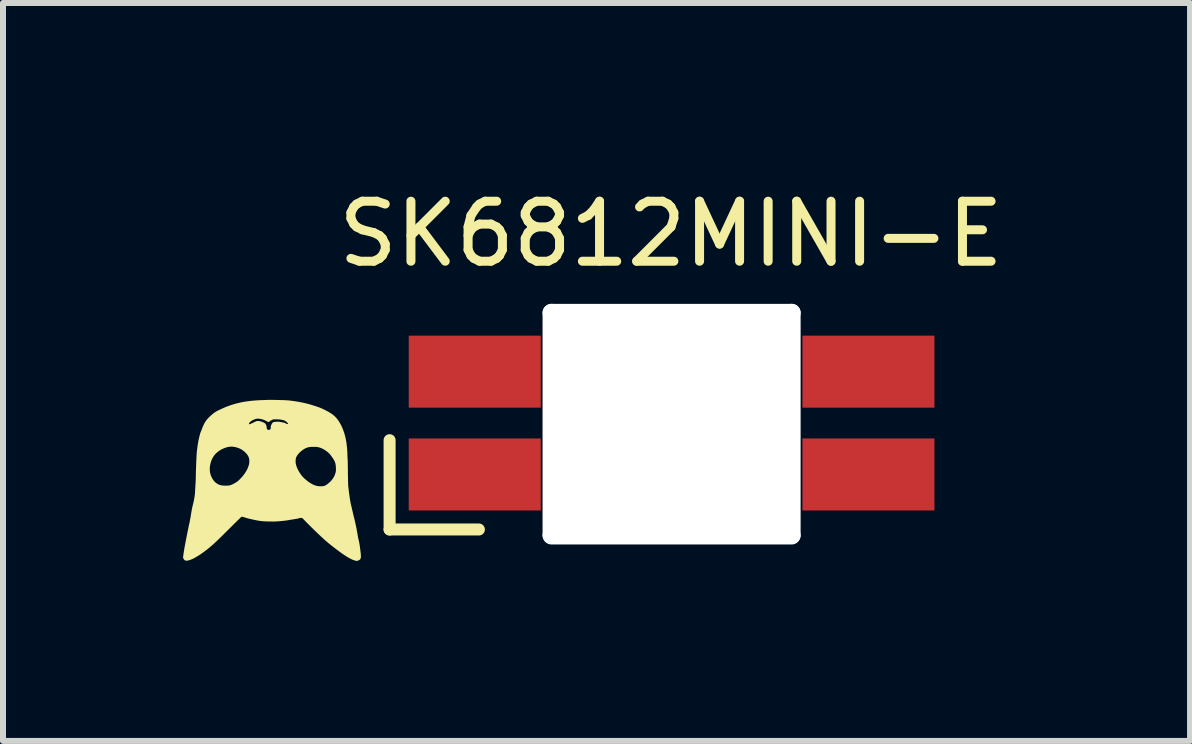
<source format=kicad_pcb>
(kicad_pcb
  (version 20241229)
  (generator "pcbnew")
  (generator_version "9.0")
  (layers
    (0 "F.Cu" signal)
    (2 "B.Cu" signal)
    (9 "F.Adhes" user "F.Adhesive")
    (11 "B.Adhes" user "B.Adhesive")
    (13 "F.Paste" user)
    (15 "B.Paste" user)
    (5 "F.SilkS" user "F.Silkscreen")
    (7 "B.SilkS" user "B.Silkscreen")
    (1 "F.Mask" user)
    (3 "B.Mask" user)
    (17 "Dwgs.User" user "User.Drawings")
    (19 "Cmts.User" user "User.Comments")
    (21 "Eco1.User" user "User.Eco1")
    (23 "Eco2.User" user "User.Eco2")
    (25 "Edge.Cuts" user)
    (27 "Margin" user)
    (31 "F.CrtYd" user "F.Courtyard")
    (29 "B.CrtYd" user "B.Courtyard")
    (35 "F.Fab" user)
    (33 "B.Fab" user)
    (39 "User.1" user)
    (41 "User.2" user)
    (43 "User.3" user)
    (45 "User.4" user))
  (footprint "SK6812MINI-E"
    (layer "F.Cu")
    (at 8.141 4.013)
    (property "Reference" "SK6812MINI-E" (at -0.01 -3.165 0) (layer "F.SilkS") (effects (font (size 1 1) (thickness 0.15))))
    (attr through_hole)
    (fp_line (start -4.699 0.272) (end -4.699 1.76) (stroke (width 0.2) (type solid)) (layer "F.SilkS"))
    (fp_line (start -4.699 1.76) (end -3.211 1.76) (stroke (width 0.2) (type solid)) (layer "F.SilkS"))
    (fp_poly (pts (xy -5.246 2.283) (xy -5.248 2.283) (xy -5.25 2.283) (xy -5.253 2.282) (xy -5.255 2.282) (xy -5.264 2.281) (xy -5.273 2.279) (xy -5.283 2.276) (xy -5.293 2.272) (xy -5.304 2.268) (xy -5.316 2.264) (xy -5.327 2.259) (xy -5.34 2.253) (xy -5.353 2.246) (xy -5.366 2.239) (xy -5.38 2.232) (xy -5.394 2.223) (xy -5.409 2.215) (xy -5.424 2.205) (xy -5.439 2.195) (xy -5.455 2.185) (xy -5.49 2.161) (xy -5.529 2.133) (xy -5.571 2.102) (xy -5.614 2.069) (xy -5.657 2.036) (xy -5.698 2.003) (xy -5.736 1.972) (xy -5.768 1.944) (xy -5.803 1.913) (xy -5.848 1.871) (xy -5.953 1.771) (xy -6.056 1.669) (xy -6.099 1.626) (xy -6.131 1.592) (xy -6.136 1.587) (xy -6.141 1.582) (xy -6.143 1.58) (xy -6.145 1.578) (xy -6.147 1.577) (xy -6.149 1.575) (xy -6.151 1.573) (xy -6.153 1.572) (xy -6.155 1.571) (xy -6.158 1.57) (xy -6.16 1.569) (xy -6.162 1.568) (xy -6.164 1.567) (xy -6.166 1.567) (xy -6.168 1.566) (xy -6.171 1.566) (xy -6.173 1.566) (xy -6.175 1.566) (xy -6.178 1.566) (xy -6.181 1.566) (xy -6.183 1.567) (xy -6.186 1.567) (xy -6.189 1.568) (xy -6.193 1.568) (xy -6.2 1.57) (xy -6.207 1.572) (xy -6.216 1.575) (xy -6.221 1.576) (xy -6.229 1.578) (xy -6.238 1.58) (xy -6.248 1.582) (xy -6.26 1.584) (xy -6.272 1.586) (xy -6.285 1.588) (xy -6.297 1.59) (xy -6.348 1.598) (xy -6.385 1.605) (xy -6.4 1.607) (xy -6.417 1.61) (xy -6.438 1.612) (xy -6.46 1.615) (xy -6.509 1.62) (xy -6.56 1.624) (xy -6.586 1.626) (xy -6.621 1.627) (xy -6.66 1.627) (xy -6.702 1.626) (xy -6.744 1.626) (xy -6.782 1.624) (xy -6.815 1.622) (xy -6.838 1.62) (xy -6.865 1.616) (xy -6.898 1.611) (xy -6.933 1.604) (xy -6.97 1.596) (xy -7.007 1.588) (xy -7.041 1.58) (xy -7.072 1.572) (xy -7.096 1.565) (xy -7.115 1.559) (xy -7.129 1.554) (xy -7.141 1.551) (xy -7.149 1.549) (xy -7.152 1.548) (xy -7.155 1.548) (xy -7.158 1.548) (xy -7.16 1.548) (xy -7.162 1.548) (xy -7.164 1.548) (xy -7.168 1.55) (xy -7.17 1.551) (xy -7.173 1.554) (xy -7.186 1.565) (xy -7.204 1.583) (xy -7.228 1.606) (xy -7.288 1.665) (xy -7.359 1.736) (xy -7.44 1.816) (xy -7.508 1.884) (xy -7.566 1.94) (xy -7.616 1.987) (xy -7.661 2.027) (xy -7.702 2.062) (xy -7.741 2.094) (xy -7.782 2.125) (xy -7.806 2.142) (xy -7.829 2.159) (xy -7.852 2.175) (xy -7.875 2.19) (xy -7.897 2.203) (xy -7.918 2.216) (xy -7.939 2.228) (xy -7.958 2.239) (xy -7.977 2.248) (xy -7.996 2.256) (xy -8.013 2.264) (xy -8.029 2.269) (xy -8.044 2.274) (xy -8.058 2.277) (xy -8.07 2.279) (xy -8.082 2.28) (xy -8.086 2.28) (xy -8.09 2.28) (xy -8.094 2.279) (xy -8.098 2.278) (xy -8.102 2.277) (xy -8.105 2.276) (xy -8.109 2.274) (xy -8.112 2.272) (xy -8.115 2.27) (xy -8.118 2.268) (xy -8.121 2.265) (xy -8.123 2.262) (xy -8.126 2.259) (xy -8.128 2.255) (xy -8.131 2.251) (xy -8.133 2.247) (xy -8.141 2.23) (xy -8.134 2.173) (xy -8.13 2.147) (xy -8.126 2.118) (xy -8.121 2.089) (xy -8.117 2.065) (xy -8.101 1.978) (xy -8.077 1.857) (xy -8.054 1.742) (xy -8.04 1.675) (xy -8.036 1.66) (xy -8.032 1.641) (xy -8.023 1.592) (xy -8.013 1.54) (xy -8.006 1.493) (xy -7.999 1.453) (xy -7.993 1.421) (xy -7.991 1.407) (xy -7.988 1.395) (xy -7.985 1.383) (xy -7.983 1.372) (xy -7.975 1.342) (xy -7.968 1.312) (xy -7.961 1.282) (xy -7.956 1.253) (xy -7.951 1.225) (xy -7.947 1.199) (xy -7.944 1.175) (xy -7.942 1.155) (xy -7.936 1.049) (xy -7.931 0.971) (xy -7.929 0.916) (xy -7.928 0.876) (xy -7.928 0.85) (xy -7.927 0.817) (xy -7.926 0.782) (xy -7.925 0.747) (xy -7.918 0.574) (xy -7.916 0.538) (xy -7.914 0.503) (xy -7.912 0.47) (xy -7.908 0.438) (xy -7.904 0.406) (xy -7.9 0.373) (xy -7.894 0.337) (xy -7.888 0.299) (xy -7.883 0.275) (xy -7.878 0.25) (xy -7.872 0.226) (xy -7.866 0.202) (xy -7.861 0.18) (xy -7.856 0.162) (xy -7.851 0.148) (xy -7.849 0.143) (xy -7.847 0.139) (xy -7.846 0.137) (xy -7.845 0.134) (xy -7.843 0.13) (xy -7.841 0.125) (xy -7.837 0.113) (xy -7.832 0.099) (xy -7.824 0.079) (xy -7.817 0.061) (xy -7.81 0.043) (xy -7.802 0.027) (xy -7.795 0.011) (xy -7.788 -0.004) (xy -7.78 -0.018) (xy -7.772 -0.031) (xy -7.764 -0.043) (xy -7.755 -0.056) (xy -7.746 -0.068) (xy -7.737 -0.079) (xy -7.726 -0.091) (xy -7.716 -0.102) (xy -7.704 -0.114) (xy -7.692 -0.125) (xy -7.671 -0.144) (xy -7.661 -0.153) (xy -7.652 -0.161) (xy -7.644 -0.168) (xy -7.635 -0.174) (xy -7.627 -0.181) (xy -7.619 -0.186) (xy -7.611 -0.192) (xy -7.602 -0.197) (xy -7.594 -0.203) (xy -7.585 -0.208) (xy -7.575 -0.213) (xy -7.565 -0.219) (xy -7.542 -0.23) (xy -7.499 -0.25) (xy -7.457 -0.269) (xy -7.415 -0.287) (xy -7.373 -0.302) (xy -7.33 -0.317) (xy -7.288 -0.33) (xy -7.244 -0.342) (xy -7.2 -0.352) (xy -7.155 -0.362) (xy -7.108 -0.37) (xy -7.06 -0.377) (xy -7.011 -0.383) (xy -6.959 -0.388) (xy -6.906 -0.392) (xy -6.85 -0.395) (xy -6.792 -0.397) (xy -6.705 -0.4) (xy -6.675 -0.4) (xy -6.66 -0.4) (xy -6.617 -0.399) (xy -6.533 -0.397) (xy -6.489 -0.396) (xy -6.451 -0.395) (xy -6.418 -0.393) (xy -6.388 -0.391) (xy -6.358 -0.388) (xy -6.328 -0.384) (xy -6.296 -0.38) (xy -6.258 -0.374) (xy -6.209 -0.366) (xy -6.162 -0.357) (xy -6.117 -0.347) (xy -6.073 -0.337) (xy -6.029 -0.325) (xy -5.983 -0.311) (xy -5.936 -0.296) (xy -5.886 -0.279) (xy -5.861 -0.27) (xy -5.833 -0.258) (xy -5.804 -0.245) (xy -5.774 -0.23) (xy -5.745 -0.215) (xy -5.716 -0.199) (xy -5.689 -0.183) (xy -5.664 -0.167) (xy -5.645 -0.153) (xy -5.626 -0.138) (xy -5.608 -0.121) (xy -5.591 -0.103) (xy -5.574 -0.083) (xy -5.558 -0.062) (xy -5.542 -0.039) (xy -5.528 -0.015) (xy -5.521 -0.002) (xy -6.392 -0.002) (xy -6.392 -0.004) (xy -6.393 -0.006) (xy -6.394 -0.008) (xy -6.395 -0.01) (xy -6.396 -0.012) (xy -6.398 -0.014) (xy -6.4 -0.017) (xy -6.402 -0.019) (xy -6.404 -0.021) (xy -6.409 -0.026) (xy -6.415 -0.031) (xy -6.42 -0.036) (xy -6.426 -0.041) (xy -6.432 -0.045) (xy -6.436 -0.047) (xy -6.438 -0.049) (xy -6.441 -0.051) (xy -6.444 -0.052) (xy -6.452 -0.056) (xy -6.46 -0.059) (xy -6.469 -0.062) (xy -6.479 -0.064) (xy -6.489 -0.066) (xy -6.499 -0.068) (xy -6.51 -0.07) (xy -6.521 -0.072) (xy -6.543 -0.074) (xy -6.564 -0.075) (xy -6.583 -0.076) (xy -6.6 -0.076) (xy -6.611 -0.076) (xy -6.62 -0.076) (xy -6.624 -0.076) (xy -6.627 -0.076) (xy -6.63 -0.075) (xy -6.633 -0.075) (xy -6.636 -0.074) (xy -6.639 -0.073) (xy -6.642 -0.073) (xy -6.645 -0.072) (xy -6.648 -0.07) (xy -6.651 -0.069) (xy -6.658 -0.066) (xy -6.662 -0.064) (xy -6.667 -0.061) (xy -6.673 -0.058) (xy -6.678 -0.055) (xy -6.683 -0.052) (xy -6.688 -0.049) (xy -6.692 -0.046) (xy -6.696 -0.043) (xy -6.698 -0.042) (xy -6.699 -0.04) (xy -6.701 -0.039) (xy -6.703 -0.038) (xy -6.705 -0.037) (xy -6.706 -0.036) (xy -6.708 -0.035) (xy -6.71 -0.034) (xy -6.711 -0.033) (xy -6.713 -0.033) (xy -6.714 -0.032) (xy -6.716 -0.032) (xy -6.717 -0.031) (xy -6.718 -0.031) (xy -6.719 -0.031) (xy -6.72 -0.031) (xy -6.721 -0.031) (xy -6.722 -0.031) (xy -6.723 -0.031) (xy -6.725 -0.032) (xy -6.727 -0.032) (xy -6.728 -0.033) (xy -6.73 -0.034) (xy -6.732 -0.035) (xy -6.734 -0.036) (xy -6.737 -0.037) (xy -6.739 -0.038) (xy -6.741 -0.04) (xy -6.743 -0.041) (xy -6.746 -0.042) (xy -6.748 -0.044) (xy -6.75 -0.045) (xy -6.757 -0.049) (xy -6.764 -0.053) (xy -6.772 -0.057) (xy -6.78 -0.061) (xy -6.789 -0.064) (xy -6.798 -0.068) (xy -6.807 -0.071) (xy -6.817 -0.074) (xy -6.826 -0.077) (xy -6.836 -0.079) (xy -6.845 -0.081) (xy -6.854 -0.083) (xy -6.863 -0.084) (xy -6.872 -0.086) (xy -6.88 -0.086) (xy -6.888 -0.087) (xy -6.897 -0.087) (xy -6.901 -0.087) (xy -6.905 -0.086) (xy -6.909 -0.086) (xy -6.912 -0.086) (xy -6.915 -0.085) (xy -6.918 -0.085) (xy -6.921 -0.084) (xy -6.925 -0.084) (xy -6.928 -0.083) (xy -6.931 -0.082) (xy -6.935 -0.081) (xy -6.938 -0.079) (xy -6.947 -0.076) (xy -6.958 -0.071) (xy -6.968 -0.067) (xy -6.977 -0.063) (xy -6.985 -0.059) (xy -6.993 -0.055) (xy -6.999 -0.051) (xy -7.005 -0.047) (xy -7.01 -0.043) (xy -7.015 -0.039) (xy -7.019 -0.035) (xy -7.023 -0.032) (xy -7.027 -0.028) (xy -7.03 -0.024) (xy -7.033 -0.021) (xy -7.039 -0.013) (xy -7.04 -0.012) (xy -7.04 -0.012) (xy -7.04 -0.011) (xy -7.041 -0.01) (xy -7.041 -0.009) (xy -7.042 -0.007) (xy -7.042 -0.006) (xy -7.042 -0.004) (xy -7.042 -0.002) (xy -7.042 -0.000284) (xy -7.042 0.001) (xy -7.041 0.003) (xy -7.041 0.004) (xy -7.04 0.005) (xy -7.04 0.006) (xy -7.04 0.006) (xy -7.039 0.007) (xy -7.039 0.007) (xy -7.038 0.007) (xy -7.038 0.008) (xy -7.037 0.008) (xy -7.037 0.008) (xy -7.036 0.008) (xy -7.036 0.008) (xy -7.034 0.007) (xy -7.029 0.005) (xy -7.022 0.002) (xy -7.012 -0.001) (xy -7.002 -0.006) (xy -6.991 -0.011) (xy -6.979 -0.016) (xy -6.968 -0.022) (xy -6.952 -0.03) (xy -6.939 -0.036) (xy -6.928 -0.041) (xy -6.924 -0.043) (xy -6.92 -0.044) (xy -6.916 -0.045) (xy -6.913 -0.046) (xy -6.91 -0.047) (xy -6.907 -0.048) (xy -6.903 -0.048) (xy -6.9 -0.048) (xy -6.892 -0.048) (xy -6.885 -0.048) (xy -6.878 -0.047) (xy -6.87 -0.046) (xy -6.861 -0.044) (xy -6.852 -0.042) (xy -6.844 -0.04) (xy -6.835 -0.037) (xy -6.826 -0.034) (xy -6.817 -0.031) (xy -6.809 -0.027) (xy -6.801 -0.024) (xy -6.794 -0.02) (xy -6.787 -0.016) (xy -6.781 -0.013) (xy -6.776 -0.009) (xy -6.772 -0.005) (xy -6.77 -0.002) (xy -6.767 0.001) (xy -6.765 0.005) (xy -6.762 0.009) (xy -6.76 0.013) (xy -6.758 0.017) (xy -6.756 0.021) (xy -6.754 0.026) (xy -6.753 0.031) (xy -6.751 0.035) (xy -6.75 0.04) (xy -6.749 0.045) (xy -6.748 0.049) (xy -6.747 0.054) (xy -6.747 0.058) (xy -6.747 0.062) (xy -6.747 0.067) (xy -6.746 0.072) (xy -6.746 0.076) (xy -6.745 0.078) (xy -6.745 0.08) (xy -6.744 0.081) (xy -6.744 0.083) (xy -6.743 0.085) (xy -6.742 0.086) (xy -6.742 0.087) (xy -6.741 0.089) (xy -6.74 0.09) (xy -6.739 0.091) (xy -6.738 0.092) (xy -6.737 0.093) (xy -6.735 0.094) (xy -6.734 0.095) (xy -6.733 0.096) (xy -6.731 0.097) (xy -6.73 0.097) (xy -6.728 0.098) (xy -6.727 0.098) (xy -6.725 0.099) (xy -6.723 0.099) (xy -6.721 0.099) (xy -6.717 0.1) (xy -6.713 0.1) (xy -6.711 0.1) (xy -6.709 0.1) (xy -6.707 0.1) (xy -6.705 0.1) (xy -6.703 0.099) (xy -6.701 0.099) (xy -6.7 0.099) (xy -6.698 0.098) (xy -6.697 0.098) (xy -6.696 0.097) (xy -6.694 0.096) (xy -6.693 0.096) (xy -6.692 0.095) (xy -6.691 0.094) (xy -6.689 0.093) (xy -6.688 0.091) (xy -6.687 0.09) (xy -6.686 0.089) (xy -6.685 0.088) (xy -6.685 0.087) (xy -6.684 0.087) (xy -6.684 0.086) (xy -6.683 0.085) (xy -6.683 0.085) (xy -6.683 0.084) (xy -6.682 0.083) (xy -6.682 0.082) (xy -6.682 0.082) (xy -6.681 0.081) (xy -6.681 0.08) (xy -6.681 0.079) (xy -6.681 0.078) (xy -6.681 0.077) (xy -6.68 0.076) (xy -6.68 0.074) (xy -6.68 0.072) (xy -6.68 0.069) (xy -6.68 0.066) (xy -6.68 0.063) (xy -6.68 0.059) (xy -6.679 0.054) (xy -6.679 0.049) (xy -6.679 0.045) (xy -6.678 0.04) (xy -6.677 0.036) (xy -6.677 0.034) (xy -6.676 0.032) (xy -6.676 0.03) (xy -6.676 0.029) (xy -6.675 0.027) (xy -6.674 0.026) (xy -6.671 0.019) (xy -6.668 0.012) (xy -6.664 0.004) (xy -6.662 -0.000082) (xy -6.66 -0.004) (xy -6.657 -0.008) (xy -6.655 -0.011) (xy -6.652 -0.015) (xy -6.649 -0.018) (xy -6.648 -0.02) (xy -6.646 -0.021) (xy -6.645 -0.022) (xy -6.643 -0.024) (xy -6.641 -0.025) (xy -6.639 -0.026) (xy -6.637 -0.027) (xy -6.635 -0.028) (xy -6.632 -0.029) (xy -6.628 -0.03) (xy -6.623 -0.031) (xy -6.618 -0.032) (xy -6.607 -0.033) (xy -6.595 -0.035) (xy -6.584 -0.035) (xy -6.573 -0.036) (xy -6.563 -0.036) (xy -6.555 -0.036) (xy -6.553 -0.036) (xy -6.549 -0.036) (xy -6.54 -0.035) (xy -6.528 -0.033) (xy -6.515 -0.03) (xy -6.49 -0.026) (xy -6.473 -0.022) (xy -6.463 -0.02) (xy -6.455 -0.018) (xy -6.448 -0.016) (xy -6.442 -0.014) (xy -6.437 -0.012) (xy -6.433 -0.01) (xy -6.43 -0.008) (xy -6.428 -0.007) (xy -6.423 -0.004) (xy -6.421 -0.002) (xy -6.419 -0.001) (xy -6.417 -0.000053) (xy -6.414 0.001) (xy -6.411 0.002) (xy -6.406 0.003) (xy -6.403 0.003) (xy -6.4 0.003) (xy -6.398 0.003) (xy -6.396 0.003) (xy -6.395 0.003) (xy -6.394 0.002) (xy -6.394 0.002) (xy -6.393 0.002) (xy -6.393 0.001) (xy -6.392 0.000441) (xy -6.392 -0.000174) (xy -6.392 -0.001) (xy -6.392 -0.002) (xy -5.521 -0.002) (xy -5.513 0.011) (xy -5.5 0.038) (xy -5.487 0.066) (xy -5.475 0.095) (xy -5.464 0.126) (xy -5.453 0.158) (xy -5.444 0.191) (xy -5.435 0.225) (xy -5.429 0.253) (xy -5.423 0.286) (xy -5.417 0.323) (xy -5.413 0.362) (xy -5.408 0.401) (xy -5.405 0.44) (xy -5.403 0.475) (xy -5.402 0.506) (xy -5.402 0.513) (xy -5.402 0.521) (xy -5.401 0.539) (xy -5.4 0.559) (xy -5.399 0.577) (xy -5.398 0.589) (xy -5.397 0.608) (xy -5.396 0.662) (xy -5.395 0.731) (xy -5.394 0.765) (xy -5.593 0.765) (xy -5.593 0.759) (xy -5.593 0.747) (xy -5.594 0.732) (xy -5.595 0.719) (xy -5.595 0.707) (xy -5.596 0.695) (xy -5.598 0.685) (xy -5.599 0.675) (xy -5.601 0.665) (xy -5.604 0.655) (xy -5.606 0.646) (xy -5.61 0.637) (xy -5.613 0.628) (xy -5.617 0.619) (xy -5.622 0.61) (xy -5.627 0.6) (xy -5.633 0.59) (xy -5.64 0.58) (xy -5.647 0.569) (xy -5.662 0.548) (xy -5.668 0.538) (xy -5.675 0.53) (xy -5.681 0.521) (xy -5.687 0.514) (xy -5.693 0.507) (xy -5.699 0.5) (xy -5.706 0.493) (xy -5.712 0.487) (xy -5.719 0.481) (xy -5.725 0.475) (xy -5.733 0.469) (xy -5.74 0.463) (xy -5.757 0.451) (xy -5.767 0.444) (xy -5.777 0.437) (xy -5.786 0.431) (xy -5.796 0.426) (xy -5.805 0.42) (xy -5.814 0.416) (xy -5.823 0.411) (xy -5.832 0.407) (xy -5.841 0.403) (xy -5.85 0.4) (xy -5.859 0.397) (xy -5.868 0.394) (xy -5.877 0.391) (xy -5.887 0.389) (xy -5.896 0.387) (xy -5.905 0.386) (xy -5.911 0.385) (xy -5.919 0.384) (xy -5.935 0.383) (xy -5.953 0.383) (xy -5.973 0.383) (xy -5.992 0.383) (xy -6.01 0.384) (xy -6.027 0.386) (xy -6.034 0.387) (xy -6.04 0.387) (xy -6.047 0.389) (xy -6.054 0.39) (xy -6.06 0.392) (xy -6.067 0.394) (xy -6.073 0.396) (xy -6.08 0.398) (xy -6.086 0.4) (xy -6.092 0.403) (xy -6.098 0.405) (xy -6.104 0.408) (xy -6.11 0.411) (xy -6.116 0.415) (xy -6.122 0.419) (xy -6.129 0.422) (xy -6.135 0.427) (xy -6.141 0.431) (xy -6.152 0.439) (xy -6.163 0.447) (xy -6.173 0.455) (xy -6.182 0.463) (xy -6.191 0.471) (xy -6.2 0.479) (xy -6.208 0.488) (xy -6.215 0.496) (xy -6.222 0.504) (xy -6.229 0.513) (xy -6.235 0.521) (xy -6.241 0.529) (xy -6.245 0.538) (xy -6.25 0.546) (xy -6.254 0.554) (xy -6.257 0.562) (xy -6.258 0.566) (xy -6.259 0.569) (xy -6.26 0.572) (xy -6.261 0.575) (xy -6.261 0.578) (xy -6.262 0.582) (xy -6.263 0.585) (xy -6.263 0.588) (xy -6.264 0.592) (xy -6.264 0.595) (xy -6.264 0.599) (xy -6.264 0.604) (xy -6.265 0.608) (xy -6.265 0.613) (xy -6.265 0.624) (xy -6.265 0.624) (xy -7.036 0.624) (xy -7.036 0.613) (xy -7.037 0.602) (xy -7.038 0.591) (xy -7.04 0.581) (xy -7.042 0.571) (xy -7.045 0.561) (xy -7.049 0.552) (xy -7.053 0.543) (xy -7.057 0.534) (xy -7.063 0.525) (xy -7.069 0.516) (xy -7.076 0.507) (xy -7.083 0.498) (xy -7.092 0.489) (xy -7.101 0.479) (xy -7.11 0.47) (xy -7.119 0.462) (xy -7.129 0.454) (xy -7.138 0.447) (xy -7.148 0.44) (xy -7.157 0.433) (xy -7.167 0.427) (xy -7.177 0.421) (xy -7.188 0.416) (xy -7.198 0.411) (xy -7.209 0.406) (xy -7.221 0.402) (xy -7.232 0.398) (xy -7.244 0.394) (xy -7.257 0.391) (xy -7.27 0.387) (xy -7.278 0.386) (xy -7.286 0.384) (xy -7.294 0.383) (xy -7.302 0.382) (xy -7.31 0.381) (xy -7.317 0.38) (xy -7.325 0.38) (xy -7.333 0.379) (xy -7.34 0.379) (xy -7.348 0.38) (xy -7.355 0.38) (xy -7.362 0.381) (xy -7.37 0.382) (xy -7.377 0.383) (xy -7.385 0.384) (xy -7.392 0.386) (xy -7.411 0.39) (xy -7.429 0.395) (xy -7.447 0.402) (xy -7.465 0.409) (xy -7.482 0.417) (xy -7.499 0.425) (xy -7.515 0.434) (xy -7.531 0.444) (xy -7.547 0.455) (xy -7.561 0.466) (xy -7.575 0.477) (xy -7.589 0.489) (xy -7.601 0.502) (xy -7.613 0.515) (xy -7.623 0.528) (xy -7.633 0.542) (xy -7.642 0.557) (xy -7.651 0.573) (xy -7.659 0.589) (xy -7.666 0.606) (xy -7.673 0.623) (xy -7.678 0.64) (xy -7.683 0.658) (xy -7.687 0.676) (xy -7.691 0.694) (xy -7.693 0.713) (xy -7.695 0.731) (xy -7.695 0.749) (xy -7.695 0.767) (xy -7.694 0.784) (xy -7.692 0.801) (xy -7.689 0.818) (xy -7.686 0.83) (xy -7.683 0.842) (xy -7.679 0.854) (xy -7.675 0.866) (xy -7.67 0.878) (xy -7.664 0.889) (xy -7.659 0.901) (xy -7.653 0.912) (xy -7.646 0.922) (xy -7.64 0.932) (xy -7.633 0.942) (xy -7.625 0.951) (xy -7.618 0.96) (xy -7.61 0.968) (xy -7.603 0.975) (xy -7.595 0.981) (xy -7.586 0.988) (xy -7.577 0.994) (xy -7.568 0.999) (xy -7.56 1.004) (xy -7.551 1.009) (xy -7.542 1.013) (xy -7.533 1.016) (xy -7.523 1.019) (xy -7.513 1.022) (xy -7.503 1.024) (xy -7.493 1.026) (xy -7.482 1.027) (xy -7.47 1.028) (xy -7.458 1.029) (xy -7.445 1.029) (xy -7.431 1.03) (xy -7.409 1.029) (xy -7.399 1.029) (xy -7.39 1.028) (xy -7.381 1.028) (xy -7.373 1.026) (xy -7.365 1.025) (xy -7.358 1.023) (xy -7.35 1.021) (xy -7.342 1.018) (xy -7.334 1.015) (xy -7.325 1.011) (xy -7.316 1.007) (xy -7.306 1.002) (xy -7.283 0.99) (xy -7.27 0.982) (xy -7.259 0.976) (xy -7.254 0.973) (xy -7.249 0.97) (xy -7.245 0.967) (xy -7.24 0.964) (xy -7.236 0.961) (xy -7.232 0.957) (xy -7.227 0.953) (xy -7.223 0.95) (xy -7.213 0.941) (xy -7.201 0.93) (xy -7.184 0.912) (xy -7.167 0.894) (xy -7.151 0.876) (xy -7.136 0.857) (xy -7.121 0.838) (xy -7.108 0.819) (xy -7.096 0.8) (xy -7.085 0.781) (xy -7.074 0.762) (xy -7.065 0.743) (xy -7.058 0.724) (xy -7.051 0.706) (xy -7.045 0.688) (xy -7.041 0.67) (xy -7.038 0.653) (xy -7.037 0.636) (xy -7.036 0.624) (xy -6.265 0.624) (xy -6.265 0.636) (xy -6.264 0.646) (xy -6.264 0.65) (xy -6.264 0.654) (xy -6.263 0.658) (xy -6.263 0.662) (xy -6.262 0.666) (xy -6.261 0.67) (xy -6.26 0.674) (xy -6.259 0.678) (xy -6.257 0.687) (xy -6.253 0.698) (xy -6.247 0.715) (xy -6.241 0.731) (xy -6.235 0.746) (xy -6.228 0.76) (xy -6.221 0.774) (xy -6.214 0.788) (xy -6.205 0.802) (xy -6.196 0.816) (xy -6.184 0.834) (xy -6.173 0.85) (xy -6.167 0.858) (xy -6.161 0.865) (xy -6.155 0.872) (xy -6.15 0.878) (xy -6.144 0.885) (xy -6.138 0.891) (xy -6.132 0.898) (xy -6.126 0.904) (xy -6.119 0.91) (xy -6.112 0.916) (xy -6.097 0.929) (xy -6.08 0.943) (xy -6.063 0.957) (xy -6.046 0.969) (xy -6.03 0.98) (xy -6.014 0.99) (xy -5.998 0.999) (xy -5.983 1.007) (xy -5.968 1.015) (xy -5.953 1.021) (xy -5.938 1.026) (xy -5.923 1.031) (xy -5.907 1.034) (xy -5.892 1.037) (xy -5.877 1.039) (xy -5.861 1.04) (xy -5.845 1.04) (xy -5.836 1.04) (xy -5.827 1.04) (xy -5.819 1.039) (xy -5.812 1.039) (xy -5.805 1.038) (xy -5.798 1.036) (xy -5.792 1.035) (xy -5.786 1.033) (xy -5.78 1.031) (xy -5.774 1.028) (xy -5.768 1.025) (xy -5.762 1.022) (xy -5.755 1.018) (xy -5.748 1.013) (xy -5.741 1.008) (xy -5.733 1.002) (xy -5.72 0.992) (xy -5.708 0.982) (xy -5.697 0.972) (xy -5.685 0.961) (xy -5.675 0.95) (xy -5.665 0.939) (xy -5.656 0.927) (xy -5.647 0.916) (xy -5.639 0.904) (xy -5.632 0.891) (xy -5.625 0.879) (xy -5.618 0.866) (xy -5.613 0.853) (xy -5.608 0.839) (xy -5.603 0.825) (xy -5.599 0.812) (xy -5.597 0.803) (xy -5.596 0.799) (xy -5.596 0.795) (xy -5.595 0.791) (xy -5.594 0.787) (xy -5.594 0.783) (xy -5.594 0.779) (xy -5.593 0.774) (xy -5.593 0.77) (xy -5.593 0.765) (xy -5.394 0.765) (xy -5.394 0.808) (xy -5.393 0.884) (xy -5.391 0.952) (xy -5.39 1.003) (xy -5.389 1.031) (xy -5.384 1.073) (xy -5.379 1.117) (xy -5.373 1.163) (xy -5.366 1.21) (xy -5.36 1.254) (xy -5.353 1.295) (xy -5.346 1.332) (xy -5.339 1.361) (xy -5.314 1.467) (xy -5.299 1.532) (xy -5.282 1.598) (xy -5.276 1.626) (xy -5.269 1.656) (xy -5.262 1.688) (xy -5.255 1.722) (xy -5.248 1.757) (xy -5.242 1.793) (xy -5.235 1.829) (xy -5.229 1.866) (xy -5.228 1.871) (xy -5.227 1.879) (xy -5.224 1.896) (xy -5.22 1.914) (xy -5.215 1.933) (xy -5.211 1.952) (xy -5.207 1.971) (xy -5.203 1.99) (xy -5.2 2.009) (xy -5.196 2.03) (xy -5.193 2.053) (xy -5.19 2.079) (xy -5.186 2.109) (xy -5.181 2.152) (xy -5.179 2.17) (xy -5.178 2.186) (xy -5.177 2.201) (xy -5.177 2.213) (xy -5.178 2.224) (xy -5.179 2.233) (xy -5.182 2.241) (xy -5.185 2.248) (xy -5.188 2.255) (xy -5.193 2.26) (xy -5.198 2.265) (xy -5.205 2.269) (xy -5.212 2.273) (xy -5.221 2.277) (xy -5.223 2.278) (xy -5.225 2.279) (xy -5.228 2.28) (xy -5.23 2.28) (xy -5.232 2.281) (xy -5.234 2.282) (xy -5.236 2.282) (xy -5.238 2.282) (xy -5.24 2.283) (xy -5.242 2.283) (xy -5.244 2.283)) (stroke (width 0) (type solid)) (fill yes) (layer "F.SilkS"))
    (fp_rect (start -1.8 -1.8) (end 1.8 1.8) (stroke (width 0.12) (type solid)) (fill no) (layer "Eco1.User"))
    (pad "" np_thru_hole oval (at -2 0) (size 0.3 4) (drill oval 0.3 4) (layers "*.Cu" "*.Mask"))
    (pad "" np_thru_hole oval (at -1.47 0) (size 1 3.8) (drill oval 1 3.8) (layers "*.Cu" "*.Mask"))
    (pad "" np_thru_hole oval (at -1 0.05) (size 1 3.8) (drill oval 1 3.8) (layers "*.Cu" "*.Mask"))
    (pad "" np_thru_hole oval (at -0.43 0.01) (size 1 3.8) (drill oval 1 3.8) (layers "*.Cu" "*.Mask"))
    (pad "" np_thru_hole oval (at 0 -1.85 90) (size 0.3 4.3) (drill oval 0.3 4.3) (layers "*.Cu" "*.Mask"))
    (pad "" np_thru_hole oval (at 0 1.86 90) (size 0.3 4.3) (drill oval 0.3 4.3) (layers "*.Cu" "*.Mask"))
    (pad "" np_thru_hole oval (at 0.3 0.02) (size 1 3.8) (drill oval 1 3.8) (layers "*.Cu" "*.Mask"))
    (pad "" np_thru_hole oval (at 0.93 0.02) (size 1 3.8) (drill oval 1 3.8) (layers "*.Cu" "*.Mask"))
    (pad "" np_thru_hole oval (at 1.5 -0.02) (size 1 3.8) (drill oval 1 3.8) (layers "*.Cu" "*.Mask"))
    (pad "" np_thru_hole oval (at 2 0) (size 0.3 4) (drill oval 0.3 4) (layers "*.Cu" "*.Mask"))
    (pad "1" smd rect (at 3.28 -0.87) (size 2.2 1.2) (layers "F.Cu" "F.Mask" "F.Paste"))
    (pad "2" smd rect (at 3.28 0.843) (size 2.2 1.2) (layers "F.Cu" "F.Mask" "F.Paste"))
    (pad "3" smd rect (at -3.28 0.843) (size 2.2 1.2) (layers "F.Cu" "F.Mask" "F.Paste"))
    (pad "4" smd rect (at -3.28 -0.87) (size 2.2 1.2) (layers "F.Cu" "F.Mask" "F.Paste")))
  (gr_rect
    (start -3 -3)
    (end 16.78 9.296)
    (stroke (width 0.1) (type default))
    (fill no)
    (layer "Edge.Cuts")))
</source>
